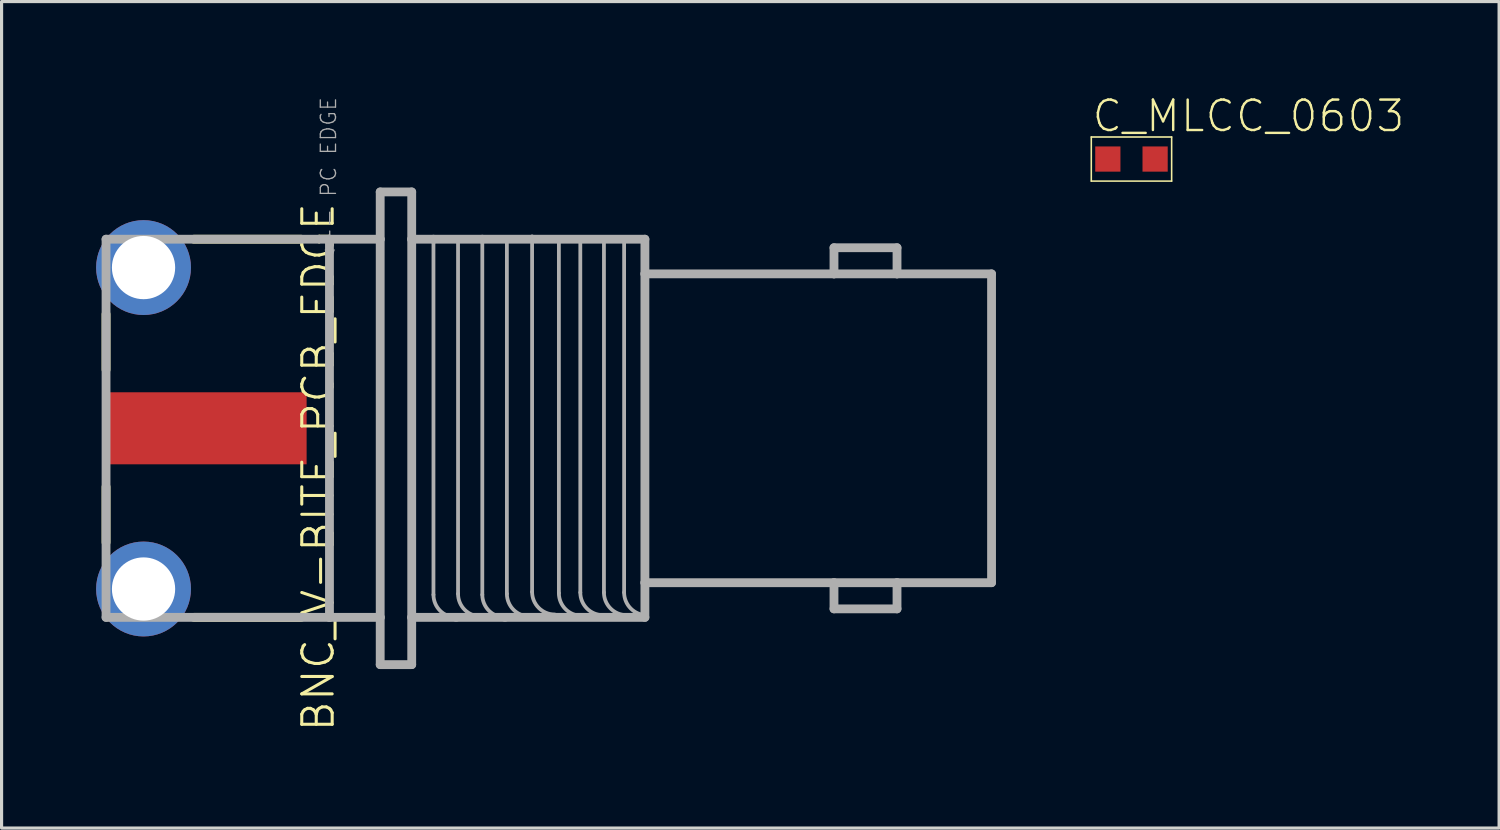
<source format=kicad_pcb>
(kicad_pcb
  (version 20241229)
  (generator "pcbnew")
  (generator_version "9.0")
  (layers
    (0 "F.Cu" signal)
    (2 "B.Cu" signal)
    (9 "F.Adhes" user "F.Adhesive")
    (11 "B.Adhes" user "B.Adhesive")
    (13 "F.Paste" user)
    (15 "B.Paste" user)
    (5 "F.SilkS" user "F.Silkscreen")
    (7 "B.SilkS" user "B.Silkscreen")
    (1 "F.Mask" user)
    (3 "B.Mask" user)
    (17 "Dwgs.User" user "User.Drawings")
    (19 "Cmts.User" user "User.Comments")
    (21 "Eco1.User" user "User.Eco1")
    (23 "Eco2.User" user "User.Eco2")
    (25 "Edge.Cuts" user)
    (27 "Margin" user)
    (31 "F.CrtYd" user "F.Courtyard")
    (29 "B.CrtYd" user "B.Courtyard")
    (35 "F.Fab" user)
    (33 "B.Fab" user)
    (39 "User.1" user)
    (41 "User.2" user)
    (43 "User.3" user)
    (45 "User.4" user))
  (footprint "C_MLCC_0603"
    (layer "F.Cu")
    (at 32.855 1.997)
    (property "Reference" "C_MLCC_0603" (at -1.3 -0.8 0) (layer "F.SilkS") (effects (font (size 0.965 0.965) (thickness 0.077)) (justify left bottom)))
    (attr through_hole)
    (fp_line (start -1.275 -0.7) (end -1.275 0.7) (stroke (width 0.05) (type solid)) (layer "F.SilkS"))
    (fp_line (start -1.275 0.7) (end 1.275 0.7) (stroke (width 0.05) (type solid)) (layer "F.SilkS"))
    (fp_line (start 1.275 -0.7) (end -1.275 -0.7) (stroke (width 0.05) (type solid)) (layer "F.SilkS"))
    (fp_line (start 1.275 0.7) (end 1.275 -0.7) (stroke (width 0.05) (type solid)) (layer "F.SilkS"))
    (pad "P$1" smd rect (at -0.75 0) (size 0.8 0.8) (layers "F.Cu" "F.Mask" "F.Paste"))
    (pad "P$2" smd rect (at 0.75 0) (size 0.8 0.8) (layers "F.Cu" "F.Mask" "F.Paste")))
  (footprint "BNC_V-BITE_PCB_EDGE"
    (layer "F.Cu")
    (at 1.505 10.541)
    (property "Reference" "BNC_V-BITE_PCB_EDGE" (at 6.109 9.686 90) (layer "F.SilkS") (effects (font (size 0.965 0.965) (thickness 0.097)) (justify left bottom)))
    (attr through_hole)
    (fp_line (start -1.19 -1.86) (end -1.19 -3.62) (stroke (width 0.28) (type solid)) (layer "F.SilkS"))
    (fp_line (start -1.19 3.62) (end -1.19 1.86) (stroke (width 0.28) (type solid)) (layer "F.SilkS"))
    (fp_line (start 1.6 -6) (end 5 -6) (stroke (width 0.28) (type solid)) (layer "F.SilkS"))
    (fp_line (start 1.6 6) (end 5 6) (stroke (width 0.28) (type solid)) (layer "F.SilkS"))
    (fp_line (start -1.19 -6) (end 5.9 -6) (stroke (width 0.28) (type solid)) (layer "F.Fab"))
    (fp_line (start -1.19 6) (end -1.19 -6) (stroke (width 0.28) (type solid)) (layer "F.Fab"))
    (fp_line (start 5.9 -6) (end 5.9 6) (stroke (width 0.28) (type solid)) (layer "F.Fab"))
    (fp_line (start 5.9 6) (end -1.19 6) (stroke (width 0.28) (type solid)) (layer "F.Fab"))
    (fp_line (start 7.51 -7.5) (end 7.51 -6) (stroke (width 0.28) (type solid)) (layer "F.Fab"))
    (fp_line (start 7.51 -7.5) (end 8.51 -7.5) (stroke (width 0.28) (type solid)) (layer "F.Fab"))
    (fp_line (start 7.51 -6) (end 5.9 -6) (stroke (width 0.28) (type solid)) (layer "F.Fab"))
    (fp_line (start 7.51 -6) (end 7.51 6) (stroke (width 0.28) (type solid)) (layer "F.Fab"))
    (fp_line (start 7.51 6) (end 5.9 6) (stroke (width 0.28) (type solid)) (layer "F.Fab"))
    (fp_line (start 7.51 6) (end 7.51 7.5) (stroke (width 0.28) (type solid)) (layer "F.Fab"))
    (fp_line (start 7.51 7.5) (end 8.51 7.5) (stroke (width 0.28) (type solid)) (layer "F.Fab"))
    (fp_line (start 8.51 -7.5) (end 8.51 -6) (stroke (width 0.28) (type solid)) (layer "F.Fab"))
    (fp_line (start 8.51 -6) (end 8.51 6) (stroke (width 0.28) (type solid)) (layer "F.Fab"))
    (fp_line (start 8.51 -6) (end 9.2 -6) (stroke (width 0.28) (type solid)) (layer "F.Fab"))
    (fp_line (start 8.51 6) (end 8.51 7.5) (stroke (width 0.28) (type solid)) (layer "F.Fab"))
    (fp_line (start 8.51 6) (end 9.92 6) (stroke (width 0.28) (type solid)) (layer "F.Fab"))
    (fp_line (start 9.2 -6) (end 9.2 5.28) (stroke (width 0.12) (type solid)) (layer "F.Fab"))
    (fp_line (start 9.2 -6) (end 10.75 -6) (stroke (width 0.28) (type solid)) (layer "F.Fab"))
    (fp_line (start 9.92 6) (end 11.47 6) (stroke (width 0.28) (type solid)) (layer "F.Fab"))
    (fp_line (start 9.98 -6.03) (end 9.98 5.25) (stroke (width 0.12) (type solid)) (layer "F.Fab"))
    (fp_line (start 10.75 -6) (end 10.75 5.28) (stroke (width 0.12) (type solid)) (layer "F.Fab"))
    (fp_line (start 10.75 -6) (end 15.91 -6) (stroke (width 0.28) (type solid)) (layer "F.Fab"))
    (fp_line (start 11.47 6) (end 15.91 6) (stroke (width 0.28) (type solid)) (layer "F.Fab"))
    (fp_line (start 11.53 -6.03) (end 11.53 5.25) (stroke (width 0.12) (type solid)) (layer "F.Fab"))
    (fp_line (start 12.33 -6.09) (end 12.33 5.19) (stroke (width 0.12) (type solid)) (layer "F.Fab"))
    (fp_line (start 13.18 -6.05) (end 13.18 5.23) (stroke (width 0.12) (type solid)) (layer "F.Fab"))
    (fp_line (start 13.86 -6.07) (end 13.86 5.21) (stroke (width 0.12) (type solid)) (layer "F.Fab"))
    (fp_line (start 14.61 -6.07) (end 14.61 5.21) (stroke (width 0.12) (type solid)) (layer "F.Fab"))
    (fp_line (start 15.25 -6.07) (end 15.25 5.21) (stroke (width 0.12) (type solid)) (layer "F.Fab"))
    (fp_line (start 15.91 -6) (end 15.91 -4.9) (stroke (width 0.28) (type solid)) (layer "F.Fab"))
    (fp_line (start 15.91 -4.9) (end 15.91 4.9) (stroke (width 0.28) (type solid)) (layer "F.Fab"))
    (fp_line (start 15.91 4.9) (end 15.91 6) (stroke (width 0.28) (type solid)) (layer "F.Fab"))
    (fp_line (start 21.91 -5.73) (end 23.91 -5.73) (stroke (width 0.28) (type solid)) (layer "F.Fab"))
    (fp_line (start 21.91 -4.9) (end 15.91 -4.9) (stroke (width 0.28) (type solid)) (layer "F.Fab"))
    (fp_line (start 21.91 -4.9) (end 21.91 -5.73) (stroke (width 0.28) (type solid)) (layer "F.Fab"))
    (fp_line (start 21.91 4.9) (end 15.91 4.9) (stroke (width 0.28) (type solid)) (layer "F.Fab"))
    (fp_line (start 21.91 5.73) (end 21.91 4.9) (stroke (width 0.28) (type solid)) (layer "F.Fab"))
    (fp_line (start 23.91 -5.73) (end 23.91 -4.9) (stroke (width 0.28) (type solid)) (layer "F.Fab"))
    (fp_line (start 23.91 -4.9) (end 21.91 -4.9) (stroke (width 0.28) (type solid)) (layer "F.Fab"))
    (fp_line (start 23.91 4.9) (end 21.91 4.9) (stroke (width 0.28) (type solid)) (layer "F.Fab"))
    (fp_line (start 23.91 4.9) (end 23.91 5.73) (stroke (width 0.28) (type solid)) (layer "F.Fab"))
    (fp_line (start 23.91 5.73) (end 21.91 5.73) (stroke (width 0.28) (type solid)) (layer "F.Fab"))
    (fp_line (start 26.91 -4.9) (end 23.91 -4.9) (stroke (width 0.28) (type solid)) (layer "F.Fab"))
    (fp_line (start 26.91 -4.9) (end 26.91 4.9) (stroke (width 0.28) (type solid)) (layer "F.Fab"))
    (fp_line (start 26.91 4.9) (end 23.91 4.9) (stroke (width 0.28) (type solid)) (layer "F.Fab"))
    (fp_arc (start 9.92 6) (mid 9.410883 5.789117) (end 9.2 5.28) (stroke (width 0.12) (type solid)) (layer "F.Fab"))
    (fp_arc (start 10.7 5.97) (mid 10.190883 5.759117) (end 9.98 5.25) (stroke (width 0.12) (type solid)) (layer "F.Fab"))
    (fp_arc (start 11.47 6) (mid 10.960883 5.789117) (end 10.75 5.28) (stroke (width 0.12) (type solid)) (layer "F.Fab"))
    (fp_arc (start 12.25 5.97) (mid 11.740883 5.759117) (end 11.53 5.25) (stroke (width 0.12) (type solid)) (layer "F.Fab"))
    (fp_arc (start 13.05 5.91) (mid 12.540883 5.699117) (end 12.33 5.19) (stroke (width 0.12) (type solid)) (layer "F.Fab"))
    (fp_arc (start 13.9 5.95) (mid 13.390883 5.739117) (end 13.18 5.23) (stroke (width 0.12) (type solid)) (layer "F.Fab"))
    (fp_arc (start 14.58 5.93) (mid 14.070883 5.719117) (end 13.86 5.21) (stroke (width 0.12) (type solid)) (layer "F.Fab"))
    (fp_arc (start 15.33 5.93) (mid 14.820883 5.719117) (end 14.61 5.21) (stroke (width 0.12) (type solid)) (layer "F.Fab"))
    (fp_arc (start 15.97 5.93) (mid 15.460883 5.719117) (end 15.25 5.21) (stroke (width 0.12) (type solid)) (layer "F.Fab"))
    (fp_text user "<-- PC EDGE" (at 5.588 -10.541 90) (layer "F.Fab") (effects (font (size 0.483 0.483) (thickness 0.041)) (justify right top)))
    (pad "GND$1" thru_hole circle (at 0 -5.1) (size 3.01 3.01) (drill 2.007) (layers "*.Cu" "*.Mask"))
    (pad "GND$2" thru_hole circle (at 0 5.1) (size 3.01 3.01) (drill 2.007) (layers "*.Cu" "*.Mask"))
    (pad "P$1" smd rect (at 2 0) (size 6.35 2.286) (layers "F.Cu" "F.Mask")))
  (gr_rect
    (start -3 -3)
    (end 44.521 23.227)
    (stroke (width 0.1) (type default))
    (fill no)
    (layer "Edge.Cuts")))
</source>
